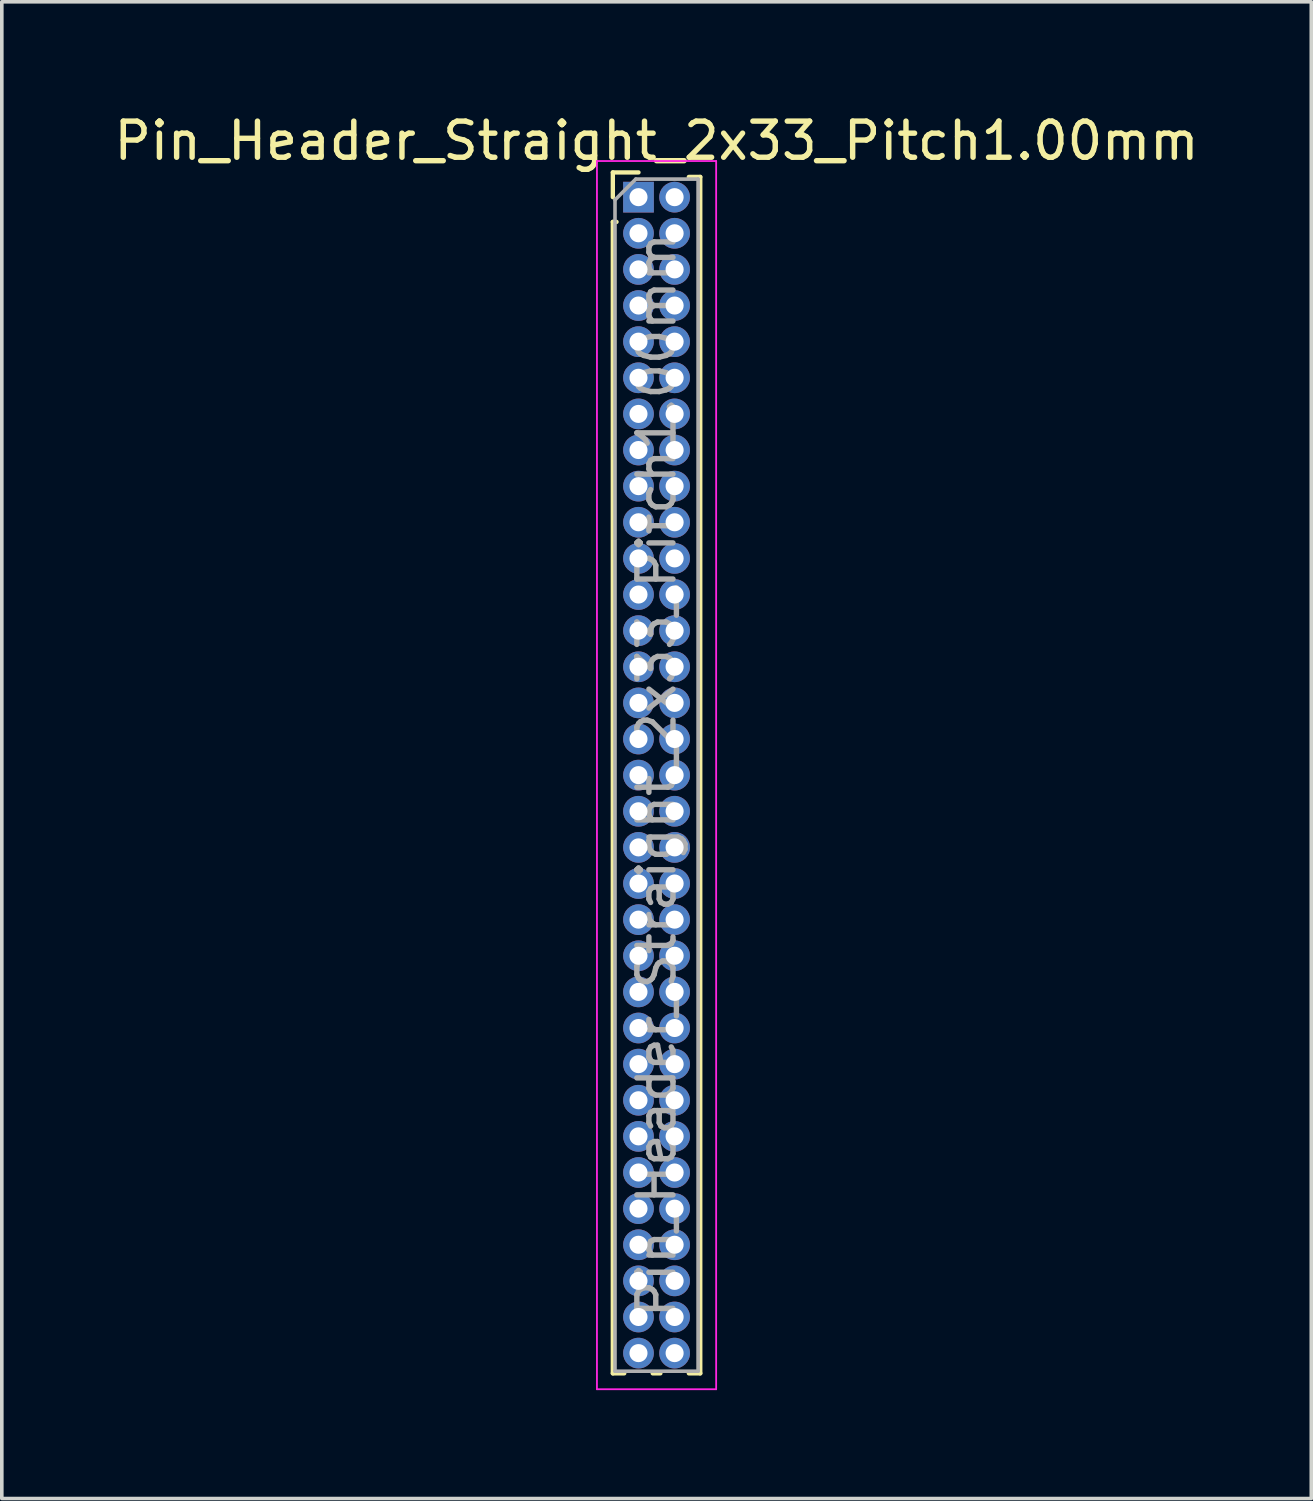
<source format=kicad_pcb>
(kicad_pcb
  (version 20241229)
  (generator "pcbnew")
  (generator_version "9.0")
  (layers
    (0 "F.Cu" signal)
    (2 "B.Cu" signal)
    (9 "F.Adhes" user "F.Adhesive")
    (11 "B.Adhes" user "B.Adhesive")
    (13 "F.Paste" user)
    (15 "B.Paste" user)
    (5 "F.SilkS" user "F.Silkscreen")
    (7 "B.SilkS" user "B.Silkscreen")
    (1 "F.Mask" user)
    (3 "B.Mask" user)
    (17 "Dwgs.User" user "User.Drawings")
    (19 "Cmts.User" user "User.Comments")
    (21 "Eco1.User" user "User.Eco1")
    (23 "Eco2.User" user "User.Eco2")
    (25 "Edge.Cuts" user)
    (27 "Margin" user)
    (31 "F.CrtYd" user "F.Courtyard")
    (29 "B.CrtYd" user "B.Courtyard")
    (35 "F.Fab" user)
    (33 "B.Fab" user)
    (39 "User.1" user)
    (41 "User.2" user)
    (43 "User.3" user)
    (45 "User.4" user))
  (footprint "Pin_Header_Straight_2x33_Pitch1.00mm"
    (layer "F.Cu")
    (at 14.625 2.408)
    (property "Reference" "Pin_Header_Straight_2x33_Pitch1.00mm" (at 0.5 -1.56 0) (layer "F.SilkS") (effects (font (size 1 1) (thickness 0.15))))
    (attr through_hole)
    (fp_line (start -0.71 -0.685) (end 0 -0.685) (stroke (width 0.12) (type solid)) (layer "F.SilkS"))
    (fp_line (start -0.71 0) (end -0.71 -0.685) (stroke (width 0.12) (type solid)) (layer "F.SilkS"))
    (fp_line (start -0.71 0.685) (end -0.71 32.56) (stroke (width 0.12) (type solid)) (layer "F.SilkS"))
    (fp_line (start -0.71 0.685) (end -0.608 0.685) (stroke (width 0.12) (type solid)) (layer "F.SilkS"))
    (fp_line (start -0.71 32.56) (end -0.394 32.56) (stroke (width 0.12) (type solid)) (layer "F.SilkS"))
    (fp_line (start 0.394 32.56) (end 0.606 32.56) (stroke (width 0.12) (type solid)) (layer "F.SilkS"))
    (fp_line (start 1.394 -0.56) (end 1.71 -0.56) (stroke (width 0.12) (type solid)) (layer "F.SilkS"))
    (fp_line (start 1.394 32.56) (end 1.71 32.56) (stroke (width 0.12) (type solid)) (layer "F.SilkS"))
    (fp_line (start 1.71 -0.56) (end 1.71 32.56) (stroke (width 0.12) (type solid)) (layer "F.SilkS"))
    (fp_line (start -1.15 -1) (end -1.15 33) (stroke (width 0.05) (type solid)) (layer "F.CrtYd"))
    (fp_line (start -1.15 33) (end 2.15 33) (stroke (width 0.05) (type solid)) (layer "F.CrtYd"))
    (fp_line (start 2.15 -1) (end -1.15 -1) (stroke (width 0.05) (type solid)) (layer "F.CrtYd"))
    (fp_line (start 2.15 33) (end 2.15 -1) (stroke (width 0.05) (type solid)) (layer "F.CrtYd"))
    (fp_line (start -0.65 0.075) (end -0.075 -0.5) (stroke (width 0.1) (type solid)) (layer "F.Fab"))
    (fp_line (start -0.65 32.5) (end -0.65 0.075) (stroke (width 0.1) (type solid)) (layer "F.Fab"))
    (fp_line (start -0.075 -0.5) (end 1.65 -0.5) (stroke (width 0.1) (type solid)) (layer "F.Fab"))
    (fp_line (start 1.65 -0.5) (end 1.65 32.5) (stroke (width 0.1) (type solid)) (layer "F.Fab"))
    (fp_line (start 1.65 32.5) (end -0.65 32.5) (stroke (width 0.1) (type solid)) (layer "F.Fab"))
    (fp_text user "${REFERENCE}" (at 0.5 16 90) (layer "F.Fab") (effects (font (size 1 1) (thickness 0.15))))
    (pad "1" thru_hole rect (at 0 0) (size 0.85 0.85) (drill 0.5) (layers "*.Cu" "*.Mask"))
    (pad "2" thru_hole oval (at 1 0) (size 0.85 0.85) (drill 0.5) (layers "*.Cu" "*.Mask"))
    (pad "3" thru_hole oval (at 0 1) (size 0.85 0.85) (drill 0.5) (layers "*.Cu" "*.Mask"))
    (pad "4" thru_hole oval (at 1 1) (size 0.85 0.85) (drill 0.5) (layers "*.Cu" "*.Mask"))
    (pad "5" thru_hole oval (at 0 2) (size 0.85 0.85) (drill 0.5) (layers "*.Cu" "*.Mask"))
    (pad "6" thru_hole oval (at 1 2) (size 0.85 0.85) (drill 0.5) (layers "*.Cu" "*.Mask"))
    (pad "7" thru_hole oval (at 0 3) (size 0.85 0.85) (drill 0.5) (layers "*.Cu" "*.Mask"))
    (pad "8" thru_hole oval (at 1 3) (size 0.85 0.85) (drill 0.5) (layers "*.Cu" "*.Mask"))
    (pad "9" thru_hole oval (at 0 4) (size 0.85 0.85) (drill 0.5) (layers "*.Cu" "*.Mask"))
    (pad "10" thru_hole oval (at 1 4) (size 0.85 0.85) (drill 0.5) (layers "*.Cu" "*.Mask"))
    (pad "11" thru_hole oval (at 0 5) (size 0.85 0.85) (drill 0.5) (layers "*.Cu" "*.Mask"))
    (pad "12" thru_hole oval (at 1 5) (size 0.85 0.85) (drill 0.5) (layers "*.Cu" "*.Mask"))
    (pad "13" thru_hole oval (at 0 6) (size 0.85 0.85) (drill 0.5) (layers "*.Cu" "*.Mask"))
    (pad "14" thru_hole oval (at 1 6) (size 0.85 0.85) (drill 0.5) (layers "*.Cu" "*.Mask"))
    (pad "15" thru_hole oval (at 0 7) (size 0.85 0.85) (drill 0.5) (layers "*.Cu" "*.Mask"))
    (pad "16" thru_hole oval (at 1 7) (size 0.85 0.85) (drill 0.5) (layers "*.Cu" "*.Mask"))
    (pad "17" thru_hole oval (at 0 8) (size 0.85 0.85) (drill 0.5) (layers "*.Cu" "*.Mask"))
    (pad "18" thru_hole oval (at 1 8) (size 0.85 0.85) (drill 0.5) (layers "*.Cu" "*.Mask"))
    (pad "19" thru_hole oval (at 0 9) (size 0.85 0.85) (drill 0.5) (layers "*.Cu" "*.Mask"))
    (pad "20" thru_hole oval (at 1 9) (size 0.85 0.85) (drill 0.5) (layers "*.Cu" "*.Mask"))
    (pad "21" thru_hole oval (at 0 10) (size 0.85 0.85) (drill 0.5) (layers "*.Cu" "*.Mask"))
    (pad "22" thru_hole oval (at 1 10) (size 0.85 0.85) (drill 0.5) (layers "*.Cu" "*.Mask"))
    (pad "23" thru_hole oval (at 0 11) (size 0.85 0.85) (drill 0.5) (layers "*.Cu" "*.Mask"))
    (pad "24" thru_hole oval (at 1 11) (size 0.85 0.85) (drill 0.5) (layers "*.Cu" "*.Mask"))
    (pad "25" thru_hole oval (at 0 12) (size 0.85 0.85) (drill 0.5) (layers "*.Cu" "*.Mask"))
    (pad "26" thru_hole oval (at 1 12) (size 0.85 0.85) (drill 0.5) (layers "*.Cu" "*.Mask"))
    (pad "27" thru_hole oval (at 0 13) (size 0.85 0.85) (drill 0.5) (layers "*.Cu" "*.Mask"))
    (pad "28" thru_hole oval (at 1 13) (size 0.85 0.85) (drill 0.5) (layers "*.Cu" "*.Mask"))
    (pad "29" thru_hole oval (at 0 14) (size 0.85 0.85) (drill 0.5) (layers "*.Cu" "*.Mask"))
    (pad "30" thru_hole oval (at 1 14) (size 0.85 0.85) (drill 0.5) (layers "*.Cu" "*.Mask"))
    (pad "31" thru_hole oval (at 0 15) (size 0.85 0.85) (drill 0.5) (layers "*.Cu" "*.Mask"))
    (pad "32" thru_hole oval (at 1 15) (size 0.85 0.85) (drill 0.5) (layers "*.Cu" "*.Mask"))
    (pad "33" thru_hole oval (at 0 16) (size 0.85 0.85) (drill 0.5) (layers "*.Cu" "*.Mask"))
    (pad "34" thru_hole oval (at 1 16) (size 0.85 0.85) (drill 0.5) (layers "*.Cu" "*.Mask"))
    (pad "35" thru_hole oval (at 0 17) (size 0.85 0.85) (drill 0.5) (layers "*.Cu" "*.Mask"))
    (pad "36" thru_hole oval (at 1 17) (size 0.85 0.85) (drill 0.5) (layers "*.Cu" "*.Mask"))
    (pad "37" thru_hole oval (at 0 18) (size 0.85 0.85) (drill 0.5) (layers "*.Cu" "*.Mask"))
    (pad "38" thru_hole oval (at 1 18) (size 0.85 0.85) (drill 0.5) (layers "*.Cu" "*.Mask"))
    (pad "39" thru_hole oval (at 0 19) (size 0.85 0.85) (drill 0.5) (layers "*.Cu" "*.Mask"))
    (pad "40" thru_hole oval (at 1 19) (size 0.85 0.85) (drill 0.5) (layers "*.Cu" "*.Mask"))
    (pad "41" thru_hole oval (at 0 20) (size 0.85 0.85) (drill 0.5) (layers "*.Cu" "*.Mask"))
    (pad "42" thru_hole oval (at 1 20) (size 0.85 0.85) (drill 0.5) (layers "*.Cu" "*.Mask"))
    (pad "43" thru_hole oval (at 0 21) (size 0.85 0.85) (drill 0.5) (layers "*.Cu" "*.Mask"))
    (pad "44" thru_hole oval (at 1 21) (size 0.85 0.85) (drill 0.5) (layers "*.Cu" "*.Mask"))
    (pad "45" thru_hole oval (at 0 22) (size 0.85 0.85) (drill 0.5) (layers "*.Cu" "*.Mask"))
    (pad "46" thru_hole oval (at 1 22) (size 0.85 0.85) (drill 0.5) (layers "*.Cu" "*.Mask"))
    (pad "47" thru_hole oval (at 0 23) (size 0.85 0.85) (drill 0.5) (layers "*.Cu" "*.Mask"))
    (pad "48" thru_hole oval (at 1 23) (size 0.85 0.85) (drill 0.5) (layers "*.Cu" "*.Mask"))
    (pad "49" thru_hole oval (at 0 24) (size 0.85 0.85) (drill 0.5) (layers "*.Cu" "*.Mask"))
    (pad "50" thru_hole oval (at 1 24) (size 0.85 0.85) (drill 0.5) (layers "*.Cu" "*.Mask"))
    (pad "51" thru_hole oval (at 0 25) (size 0.85 0.85) (drill 0.5) (layers "*.Cu" "*.Mask"))
    (pad "52" thru_hole oval (at 1 25) (size 0.85 0.85) (drill 0.5) (layers "*.Cu" "*.Mask"))
    (pad "53" thru_hole oval (at 0 26) (size 0.85 0.85) (drill 0.5) (layers "*.Cu" "*.Mask"))
    (pad "54" thru_hole oval (at 1 26) (size 0.85 0.85) (drill 0.5) (layers "*.Cu" "*.Mask"))
    (pad "55" thru_hole oval (at 0 27) (size 0.85 0.85) (drill 0.5) (layers "*.Cu" "*.Mask"))
    (pad "56" thru_hole oval (at 1 27) (size 0.85 0.85) (drill 0.5) (layers "*.Cu" "*.Mask"))
    (pad "57" thru_hole oval (at 0 28) (size 0.85 0.85) (drill 0.5) (layers "*.Cu" "*.Mask"))
    (pad "58" thru_hole oval (at 1 28) (size 0.85 0.85) (drill 0.5) (layers "*.Cu" "*.Mask"))
    (pad "59" thru_hole oval (at 0 29) (size 0.85 0.85) (drill 0.5) (layers "*.Cu" "*.Mask"))
    (pad "60" thru_hole oval (at 1 29) (size 0.85 0.85) (drill 0.5) (layers "*.Cu" "*.Mask"))
    (pad "61" thru_hole oval (at 0 30) (size 0.85 0.85) (drill 0.5) (layers "*.Cu" "*.Mask"))
    (pad "62" thru_hole oval (at 1 30) (size 0.85 0.85) (drill 0.5) (layers "*.Cu" "*.Mask"))
    (pad "63" thru_hole oval (at 0 31) (size 0.85 0.85) (drill 0.5) (layers "*.Cu" "*.Mask"))
    (pad "64" thru_hole oval (at 1 31) (size 0.85 0.85) (drill 0.5) (layers "*.Cu" "*.Mask"))
    (pad "65" thru_hole oval (at 0 32) (size 0.85 0.85) (drill 0.5) (layers "*.Cu" "*.Mask"))
    (pad "66" thru_hole oval (at 1 32) (size 0.85 0.85) (drill 0.5) (layers "*.Cu" "*.Mask")))
  (gr_rect
    (start -3 -3)
    (end 33.25 38.433)
    (stroke (width 0.1) (type default))
    (fill no)
    (layer "Edge.Cuts")))
</source>
